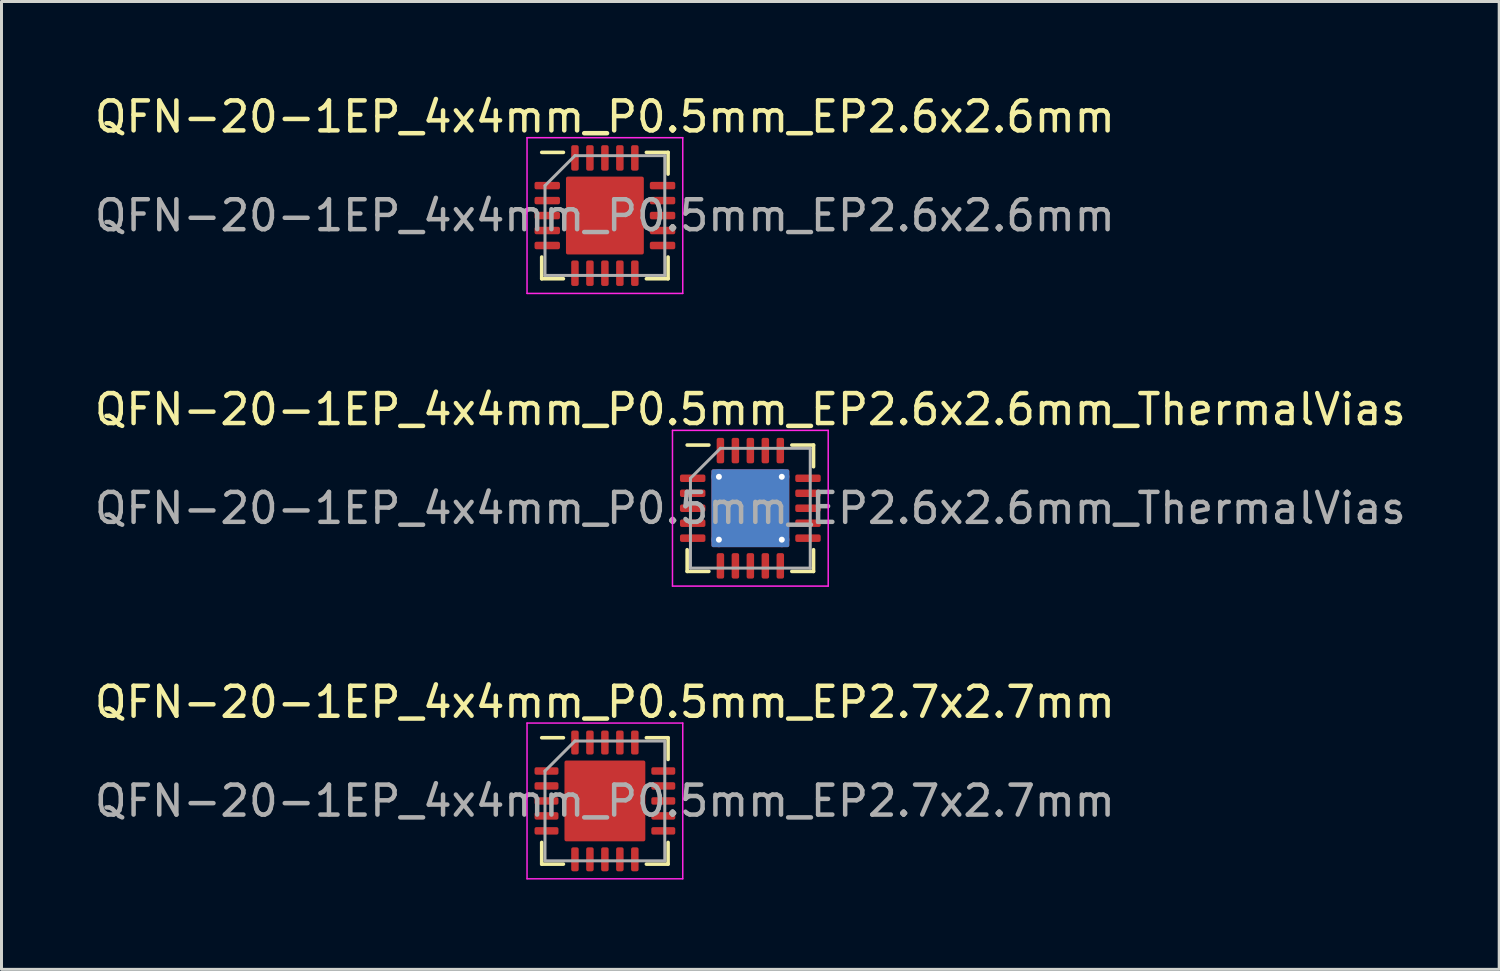
<source format=kicad_pcb>
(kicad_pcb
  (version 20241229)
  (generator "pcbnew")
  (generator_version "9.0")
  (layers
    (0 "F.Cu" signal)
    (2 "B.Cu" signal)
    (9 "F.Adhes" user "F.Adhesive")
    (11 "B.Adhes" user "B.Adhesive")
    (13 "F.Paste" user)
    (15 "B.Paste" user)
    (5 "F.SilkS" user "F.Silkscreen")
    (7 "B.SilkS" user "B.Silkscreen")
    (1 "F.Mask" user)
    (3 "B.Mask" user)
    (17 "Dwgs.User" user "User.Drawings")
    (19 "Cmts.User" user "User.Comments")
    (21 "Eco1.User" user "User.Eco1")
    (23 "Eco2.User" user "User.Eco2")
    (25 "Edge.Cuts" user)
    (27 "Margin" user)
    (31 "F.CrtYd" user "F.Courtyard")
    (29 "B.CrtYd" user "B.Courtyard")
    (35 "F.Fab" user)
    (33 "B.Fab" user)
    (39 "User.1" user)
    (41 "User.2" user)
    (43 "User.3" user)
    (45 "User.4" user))
  (footprint "QFN-20-1EP_4x4mm_P0.5mm_EP2.7x2.7mm"
    (layer "F.Cu")
    (at 17.149 23.695)
    (property "Reference" "QFN-20-1EP_4x4mm_P0.5mm_EP2.7x2.7mm" (at 0 -3.3 0) (layer "F.SilkS") (effects (font (size 1 1) (thickness 0.15))))
    (attr smd)
    (fp_line (start -2.11 2.11) (end -2.11 1.385) (stroke (width 0.12) (type solid)) (layer "F.SilkS"))
    (fp_line (start -1.385 -2.11) (end -2.11 -2.11) (stroke (width 0.12) (type solid)) (layer "F.SilkS"))
    (fp_line (start -1.385 2.11) (end -2.11 2.11) (stroke (width 0.12) (type solid)) (layer "F.SilkS"))
    (fp_line (start 1.385 -2.11) (end 2.11 -2.11) (stroke (width 0.12) (type solid)) (layer "F.SilkS"))
    (fp_line (start 1.385 2.11) (end 2.11 2.11) (stroke (width 0.12) (type solid)) (layer "F.SilkS"))
    (fp_line (start 2.11 -2.11) (end 2.11 -1.385) (stroke (width 0.12) (type solid)) (layer "F.SilkS"))
    (fp_line (start 2.11 2.11) (end 2.11 1.385) (stroke (width 0.12) (type solid)) (layer "F.SilkS"))
    (fp_line (start -2.6 -2.6) (end -2.6 2.6) (stroke (width 0.05) (type solid)) (layer "F.CrtYd"))
    (fp_line (start -2.6 2.6) (end 2.6 2.6) (stroke (width 0.05) (type solid)) (layer "F.CrtYd"))
    (fp_line (start 2.6 -2.6) (end -2.6 -2.6) (stroke (width 0.05) (type solid)) (layer "F.CrtYd"))
    (fp_line (start 2.6 2.6) (end 2.6 -2.6) (stroke (width 0.05) (type solid)) (layer "F.CrtYd"))
    (fp_line (start -2 -1) (end -1 -2) (stroke (width 0.1) (type solid)) (layer "F.Fab"))
    (fp_line (start -2 2) (end -2 -1) (stroke (width 0.1) (type solid)) (layer "F.Fab"))
    (fp_line (start -1 -2) (end 2 -2) (stroke (width 0.1) (type solid)) (layer "F.Fab"))
    (fp_line (start 2 -2) (end 2 2) (stroke (width 0.1) (type solid)) (layer "F.Fab"))
    (fp_line (start 2 2) (end -2 2) (stroke (width 0.1) (type solid)) (layer "F.Fab"))
    (fp_text user "${REFERENCE}" (at 0 0 0) (layer "F.Fab") (effects (font (size 1 1) (thickness 0.15))))
    (pad "" smd roundrect (at -0.675 -0.675) (size 1.09 1.09) (layers "F.Paste") (roundrect_rratio 0.229))
    (pad "" smd roundrect (at -0.675 0.675) (size 1.09 1.09) (layers "F.Paste") (roundrect_rratio 0.229))
    (pad "" smd roundrect (at 0.675 -0.675) (size 1.09 1.09) (layers "F.Paste") (roundrect_rratio 0.229))
    (pad "" smd roundrect (at 0.675 0.675) (size 1.09 1.09) (layers "F.Paste") (roundrect_rratio 0.229))
    (pad "1" smd roundrect (at -1.95 -1) (size 0.8 0.25) (layers "F.Cu" "F.Mask" "F.Paste") (roundrect_rratio 0.25))
    (pad "2" smd roundrect (at -1.95 -0.5) (size 0.8 0.25) (layers "F.Cu" "F.Mask" "F.Paste") (roundrect_rratio 0.25))
    (pad "3" smd roundrect (at -1.95 0) (size 0.8 0.25) (layers "F.Cu" "F.Mask" "F.Paste") (roundrect_rratio 0.25))
    (pad "4" smd roundrect (at -1.95 0.5) (size 0.8 0.25) (layers "F.Cu" "F.Mask" "F.Paste") (roundrect_rratio 0.25))
    (pad "5" smd roundrect (at -1.95 1) (size 0.8 0.25) (layers "F.Cu" "F.Mask" "F.Paste") (roundrect_rratio 0.25))
    (pad "6" smd roundrect (at -1 1.95) (size 0.25 0.8) (layers "F.Cu" "F.Mask" "F.Paste") (roundrect_rratio 0.25))
    (pad "7" smd roundrect (at -0.5 1.95) (size 0.25 0.8) (layers "F.Cu" "F.Mask" "F.Paste") (roundrect_rratio 0.25))
    (pad "8" smd roundrect (at 0 1.95) (size 0.25 0.8) (layers "F.Cu" "F.Mask" "F.Paste") (roundrect_rratio 0.25))
    (pad "9" smd roundrect (at 0.5 1.95) (size 0.25 0.8) (layers "F.Cu" "F.Mask" "F.Paste") (roundrect_rratio 0.25))
    (pad "10" smd roundrect (at 1 1.95) (size 0.25 0.8) (layers "F.Cu" "F.Mask" "F.Paste") (roundrect_rratio 0.25))
    (pad "11" smd roundrect (at 1.95 1) (size 0.8 0.25) (layers "F.Cu" "F.Mask" "F.Paste") (roundrect_rratio 0.25))
    (pad "12" smd roundrect (at 1.95 0.5) (size 0.8 0.25) (layers "F.Cu" "F.Mask" "F.Paste") (roundrect_rratio 0.25))
    (pad "13" smd roundrect (at 1.95 0) (size 0.8 0.25) (layers "F.Cu" "F.Mask" "F.Paste") (roundrect_rratio 0.25))
    (pad "14" smd roundrect (at 1.95 -0.5) (size 0.8 0.25) (layers "F.Cu" "F.Mask" "F.Paste") (roundrect_rratio 0.25))
    (pad "15" smd roundrect (at 1.95 -1) (size 0.8 0.25) (layers "F.Cu" "F.Mask" "F.Paste") (roundrect_rratio 0.25))
    (pad "16" smd roundrect (at 1 -1.95) (size 0.25 0.8) (layers "F.Cu" "F.Mask" "F.Paste") (roundrect_rratio 0.25))
    (pad "17" smd roundrect (at 0.5 -1.95) (size 0.25 0.8) (layers "F.Cu" "F.Mask" "F.Paste") (roundrect_rratio 0.25))
    (pad "18" smd roundrect (at 0 -1.95) (size 0.25 0.8) (layers "F.Cu" "F.Mask" "F.Paste") (roundrect_rratio 0.25))
    (pad "19" smd roundrect (at -0.5 -1.95) (size 0.25 0.8) (layers "F.Cu" "F.Mask" "F.Paste") (roundrect_rratio 0.25))
    (pad "20" smd roundrect (at -1 -1.95) (size 0.25 0.8) (layers "F.Cu" "F.Mask" "F.Paste") (roundrect_rratio 0.25))
    (pad "21" smd roundrect (at 0 0) (size 2.7 2.7) (layers "F.Cu" "F.Mask") (roundrect_rratio 0.023)))
  (footprint "QFN-20-1EP_4x4mm_P0.5mm_EP2.6x2.6mm_ThermalVias"
    (layer "F.Cu")
    (at 22.006 13.921)
    (property "Reference" "QFN-20-1EP_4x4mm_P0.5mm_EP2.6x2.6mm_ThermalVias" (at 0 -3.3 0) (layer "F.SilkS") (effects (font (size 1 1) (thickness 0.15))))
    (attr smd)
    (fp_line (start -2.11 2.11) (end -2.11 1.385) (stroke (width 0.12) (type solid)) (layer "F.SilkS"))
    (fp_line (start -1.385 -2.11) (end -2.11 -2.11) (stroke (width 0.12) (type solid)) (layer "F.SilkS"))
    (fp_line (start -1.385 2.11) (end -2.11 2.11) (stroke (width 0.12) (type solid)) (layer "F.SilkS"))
    (fp_line (start 1.385 -2.11) (end 2.11 -2.11) (stroke (width 0.12) (type solid)) (layer "F.SilkS"))
    (fp_line (start 1.385 2.11) (end 2.11 2.11) (stroke (width 0.12) (type solid)) (layer "F.SilkS"))
    (fp_line (start 2.11 -2.11) (end 2.11 -1.385) (stroke (width 0.12) (type solid)) (layer "F.SilkS"))
    (fp_line (start 2.11 2.11) (end 2.11 1.385) (stroke (width 0.12) (type solid)) (layer "F.SilkS"))
    (fp_line (start -2.6 -2.6) (end -2.6 2.6) (stroke (width 0.05) (type solid)) (layer "F.CrtYd"))
    (fp_line (start -2.6 2.6) (end 2.6 2.6) (stroke (width 0.05) (type solid)) (layer "F.CrtYd"))
    (fp_line (start 2.6 -2.6) (end -2.6 -2.6) (stroke (width 0.05) (type solid)) (layer "F.CrtYd"))
    (fp_line (start 2.6 2.6) (end 2.6 -2.6) (stroke (width 0.05) (type solid)) (layer "F.CrtYd"))
    (fp_line (start -2 -1) (end -1 -2) (stroke (width 0.1) (type solid)) (layer "F.Fab"))
    (fp_line (start -2 2) (end -2 -1) (stroke (width 0.1) (type solid)) (layer "F.Fab"))
    (fp_line (start -1 -2) (end 2 -2) (stroke (width 0.1) (type solid)) (layer "F.Fab"))
    (fp_line (start 2 -2) (end 2 2) (stroke (width 0.1) (type solid)) (layer "F.Fab"))
    (fp_line (start 2 2) (end -2 2) (stroke (width 0.1) (type solid)) (layer "F.Fab"))
    (fp_text user "${REFERENCE}" (at 0 0 0) (layer "F.Fab") (effects (font (size 1 1) (thickness 0.15))))
    (pad "" smd roundrect (at -0.65 -0.65) (size 1.13 1.13) (layers "F.Paste") (roundrect_rratio 0.221))
    (pad "" smd roundrect (at -0.65 0.65) (size 1.13 1.13) (layers "F.Paste") (roundrect_rratio 0.221))
    (pad "" smd roundrect (at 0.65 -0.65) (size 1.13 1.13) (layers "F.Paste") (roundrect_rratio 0.221))
    (pad "" smd roundrect (at 0.65 0.65) (size 1.13 1.13) (layers "F.Paste") (roundrect_rratio 0.221))
    (pad "1" smd roundrect (at -1.925 -1) (size 0.85 0.25) (layers "F.Cu" "F.Mask" "F.Paste") (roundrect_rratio 0.25))
    (pad "2" smd roundrect (at -1.925 -0.5) (size 0.85 0.25) (layers "F.Cu" "F.Mask" "F.Paste") (roundrect_rratio 0.25))
    (pad "3" smd roundrect (at -1.925 0) (size 0.85 0.25) (layers "F.Cu" "F.Mask" "F.Paste") (roundrect_rratio 0.25))
    (pad "4" smd roundrect (at -1.925 0.5) (size 0.85 0.25) (layers "F.Cu" "F.Mask" "F.Paste") (roundrect_rratio 0.25))
    (pad "5" smd roundrect (at -1.925 1) (size 0.85 0.25) (layers "F.Cu" "F.Mask" "F.Paste") (roundrect_rratio 0.25))
    (pad "6" smd roundrect (at -1 1.925) (size 0.25 0.85) (layers "F.Cu" "F.Mask" "F.Paste") (roundrect_rratio 0.25))
    (pad "7" smd roundrect (at -0.5 1.925) (size 0.25 0.85) (layers "F.Cu" "F.Mask" "F.Paste") (roundrect_rratio 0.25))
    (pad "8" smd roundrect (at 0 1.925) (size 0.25 0.85) (layers "F.Cu" "F.Mask" "F.Paste") (roundrect_rratio 0.25))
    (pad "9" smd roundrect (at 0.5 1.925) (size 0.25 0.85) (layers "F.Cu" "F.Mask" "F.Paste") (roundrect_rratio 0.25))
    (pad "10" smd roundrect (at 1 1.925) (size 0.25 0.85) (layers "F.Cu" "F.Mask" "F.Paste") (roundrect_rratio 0.25))
    (pad "11" smd roundrect (at 1.925 1) (size 0.85 0.25) (layers "F.Cu" "F.Mask" "F.Paste") (roundrect_rratio 0.25))
    (pad "12" smd roundrect (at 1.925 0.5) (size 0.85 0.25) (layers "F.Cu" "F.Mask" "F.Paste") (roundrect_rratio 0.25))
    (pad "13" smd roundrect (at 1.925 0) (size 0.85 0.25) (layers "F.Cu" "F.Mask" "F.Paste") (roundrect_rratio 0.25))
    (pad "14" smd roundrect (at 1.925 -0.5) (size 0.85 0.25) (layers "F.Cu" "F.Mask" "F.Paste") (roundrect_rratio 0.25))
    (pad "15" smd roundrect (at 1.925 -1) (size 0.85 0.25) (layers "F.Cu" "F.Mask" "F.Paste") (roundrect_rratio 0.25))
    (pad "16" smd roundrect (at 1 -1.925) (size 0.25 0.85) (layers "F.Cu" "F.Mask" "F.Paste") (roundrect_rratio 0.25))
    (pad "17" smd roundrect (at 0.5 -1.925) (size 0.25 0.85) (layers "F.Cu" "F.Mask" "F.Paste") (roundrect_rratio 0.25))
    (pad "18" smd roundrect (at 0 -1.925) (size 0.25 0.85) (layers "F.Cu" "F.Mask" "F.Paste") (roundrect_rratio 0.25))
    (pad "19" smd roundrect (at -0.5 -1.925) (size 0.25 0.85) (layers "F.Cu" "F.Mask" "F.Paste") (roundrect_rratio 0.25))
    (pad "20" smd roundrect (at -1 -1.925) (size 0.25 0.85) (layers "F.Cu" "F.Mask" "F.Paste") (roundrect_rratio 0.25))
    (pad "21" thru_hole circle (at -1.05 -1.05) (size 0.5 0.5) (drill 0.2) (layers "*.Cu"))
    (pad "21" thru_hole circle (at -1.05 1.05) (size 0.5 0.5) (drill 0.2) (layers "*.Cu"))
    (pad "21" smd roundrect (at 0 0) (size 2.6 2.6) (layers "F.Cu" "F.Mask") (roundrect_rratio 0.024))
    (pad "21" smd roundrect (at 0 0) (size 2.6 2.6) (layers "B.Cu") (roundrect_rratio 0.024))
    (pad "21" thru_hole circle (at 1.05 -1.05) (size 0.5 0.5) (drill 0.2) (layers "*.Cu"))
    (pad "21" thru_hole circle (at 1.05 1.05) (size 0.5 0.5) (drill 0.2) (layers "*.Cu")))
  (footprint "QFN-20-1EP_4x4mm_P0.5mm_EP2.6x2.6mm"
    (layer "F.Cu")
    (at 17.149 4.148)
    (property "Reference" "QFN-20-1EP_4x4mm_P0.5mm_EP2.6x2.6mm" (at 0 -3.3 0) (layer "F.SilkS") (effects (font (size 1 1) (thickness 0.15))))
    (attr smd)
    (fp_line (start -2.11 2.11) (end -2.11 1.385) (stroke (width 0.12) (type solid)) (layer "F.SilkS"))
    (fp_line (start -1.385 -2.11) (end -2.11 -2.11) (stroke (width 0.12) (type solid)) (layer "F.SilkS"))
    (fp_line (start -1.385 2.11) (end -2.11 2.11) (stroke (width 0.12) (type solid)) (layer "F.SilkS"))
    (fp_line (start 1.385 -2.11) (end 2.11 -2.11) (stroke (width 0.12) (type solid)) (layer "F.SilkS"))
    (fp_line (start 1.385 2.11) (end 2.11 2.11) (stroke (width 0.12) (type solid)) (layer "F.SilkS"))
    (fp_line (start 2.11 -2.11) (end 2.11 -1.385) (stroke (width 0.12) (type solid)) (layer "F.SilkS"))
    (fp_line (start 2.11 2.11) (end 2.11 1.385) (stroke (width 0.12) (type solid)) (layer "F.SilkS"))
    (fp_line (start -2.6 -2.6) (end -2.6 2.6) (stroke (width 0.05) (type solid)) (layer "F.CrtYd"))
    (fp_line (start -2.6 2.6) (end 2.6 2.6) (stroke (width 0.05) (type solid)) (layer "F.CrtYd"))
    (fp_line (start 2.6 -2.6) (end -2.6 -2.6) (stroke (width 0.05) (type solid)) (layer "F.CrtYd"))
    (fp_line (start 2.6 2.6) (end 2.6 -2.6) (stroke (width 0.05) (type solid)) (layer "F.CrtYd"))
    (fp_line (start -2 -1) (end -1 -2) (stroke (width 0.1) (type solid)) (layer "F.Fab"))
    (fp_line (start -2 2) (end -2 -1) (stroke (width 0.1) (type solid)) (layer "F.Fab"))
    (fp_line (start -1 -2) (end 2 -2) (stroke (width 0.1) (type solid)) (layer "F.Fab"))
    (fp_line (start 2 -2) (end 2 2) (stroke (width 0.1) (type solid)) (layer "F.Fab"))
    (fp_line (start 2 2) (end -2 2) (stroke (width 0.1) (type solid)) (layer "F.Fab"))
    (fp_text user "${REFERENCE}" (at 0 0 0) (layer "F.Fab") (effects (font (size 1 1) (thickness 0.15))))
    (pad "" smd roundrect (at -0.65 -0.65) (size 1.05 1.05) (layers "F.Paste") (roundrect_rratio 0.238))
    (pad "" smd roundrect (at -0.65 0.65) (size 1.05 1.05) (layers "F.Paste") (roundrect_rratio 0.238))
    (pad "" smd roundrect (at 0.65 -0.65) (size 1.05 1.05) (layers "F.Paste") (roundrect_rratio 0.238))
    (pad "" smd roundrect (at 0.65 0.65) (size 1.05 1.05) (layers "F.Paste") (roundrect_rratio 0.238))
    (pad "1" smd roundrect (at -1.925 -1) (size 0.85 0.25) (layers "F.Cu" "F.Mask" "F.Paste") (roundrect_rratio 0.25))
    (pad "2" smd roundrect (at -1.925 -0.5) (size 0.85 0.25) (layers "F.Cu" "F.Mask" "F.Paste") (roundrect_rratio 0.25))
    (pad "3" smd roundrect (at -1.925 0) (size 0.85 0.25) (layers "F.Cu" "F.Mask" "F.Paste") (roundrect_rratio 0.25))
    (pad "4" smd roundrect (at -1.925 0.5) (size 0.85 0.25) (layers "F.Cu" "F.Mask" "F.Paste") (roundrect_rratio 0.25))
    (pad "5" smd roundrect (at -1.925 1) (size 0.85 0.25) (layers "F.Cu" "F.Mask" "F.Paste") (roundrect_rratio 0.25))
    (pad "6" smd roundrect (at -1 1.925) (size 0.25 0.85) (layers "F.Cu" "F.Mask" "F.Paste") (roundrect_rratio 0.25))
    (pad "7" smd roundrect (at -0.5 1.925) (size 0.25 0.85) (layers "F.Cu" "F.Mask" "F.Paste") (roundrect_rratio 0.25))
    (pad "8" smd roundrect (at 0 1.925) (size 0.25 0.85) (layers "F.Cu" "F.Mask" "F.Paste") (roundrect_rratio 0.25))
    (pad "9" smd roundrect (at 0.5 1.925) (size 0.25 0.85) (layers "F.Cu" "F.Mask" "F.Paste") (roundrect_rratio 0.25))
    (pad "10" smd roundrect (at 1 1.925) (size 0.25 0.85) (layers "F.Cu" "F.Mask" "F.Paste") (roundrect_rratio 0.25))
    (pad "11" smd roundrect (at 1.925 1) (size 0.85 0.25) (layers "F.Cu" "F.Mask" "F.Paste") (roundrect_rratio 0.25))
    (pad "12" smd roundrect (at 1.925 0.5) (size 0.85 0.25) (layers "F.Cu" "F.Mask" "F.Paste") (roundrect_rratio 0.25))
    (pad "13" smd roundrect (at 1.925 0) (size 0.85 0.25) (layers "F.Cu" "F.Mask" "F.Paste") (roundrect_rratio 0.25))
    (pad "14" smd roundrect (at 1.925 -0.5) (size 0.85 0.25) (layers "F.Cu" "F.Mask" "F.Paste") (roundrect_rratio 0.25))
    (pad "15" smd roundrect (at 1.925 -1) (size 0.85 0.25) (layers "F.Cu" "F.Mask" "F.Paste") (roundrect_rratio 0.25))
    (pad "16" smd roundrect (at 1 -1.925) (size 0.25 0.85) (layers "F.Cu" "F.Mask" "F.Paste") (roundrect_rratio 0.25))
    (pad "17" smd roundrect (at 0.5 -1.925) (size 0.25 0.85) (layers "F.Cu" "F.Mask" "F.Paste") (roundrect_rratio 0.25))
    (pad "18" smd roundrect (at 0 -1.925) (size 0.25 0.85) (layers "F.Cu" "F.Mask" "F.Paste") (roundrect_rratio 0.25))
    (pad "19" smd roundrect (at -0.5 -1.925) (size 0.25 0.85) (layers "F.Cu" "F.Mask" "F.Paste") (roundrect_rratio 0.25))
    (pad "20" smd roundrect (at -1 -1.925) (size 0.25 0.85) (layers "F.Cu" "F.Mask" "F.Paste") (roundrect_rratio 0.25))
    (pad "21" smd roundrect (at 0 0) (size 2.6 2.6) (layers "F.Cu" "F.Mask") (roundrect_rratio 0.024)))
  (gr_rect
    (start -3 -3)
    (end 47.012 29.32)
    (stroke (width 0.1) (type default))
    (fill no)
    (layer "Edge.Cuts")))
</source>
